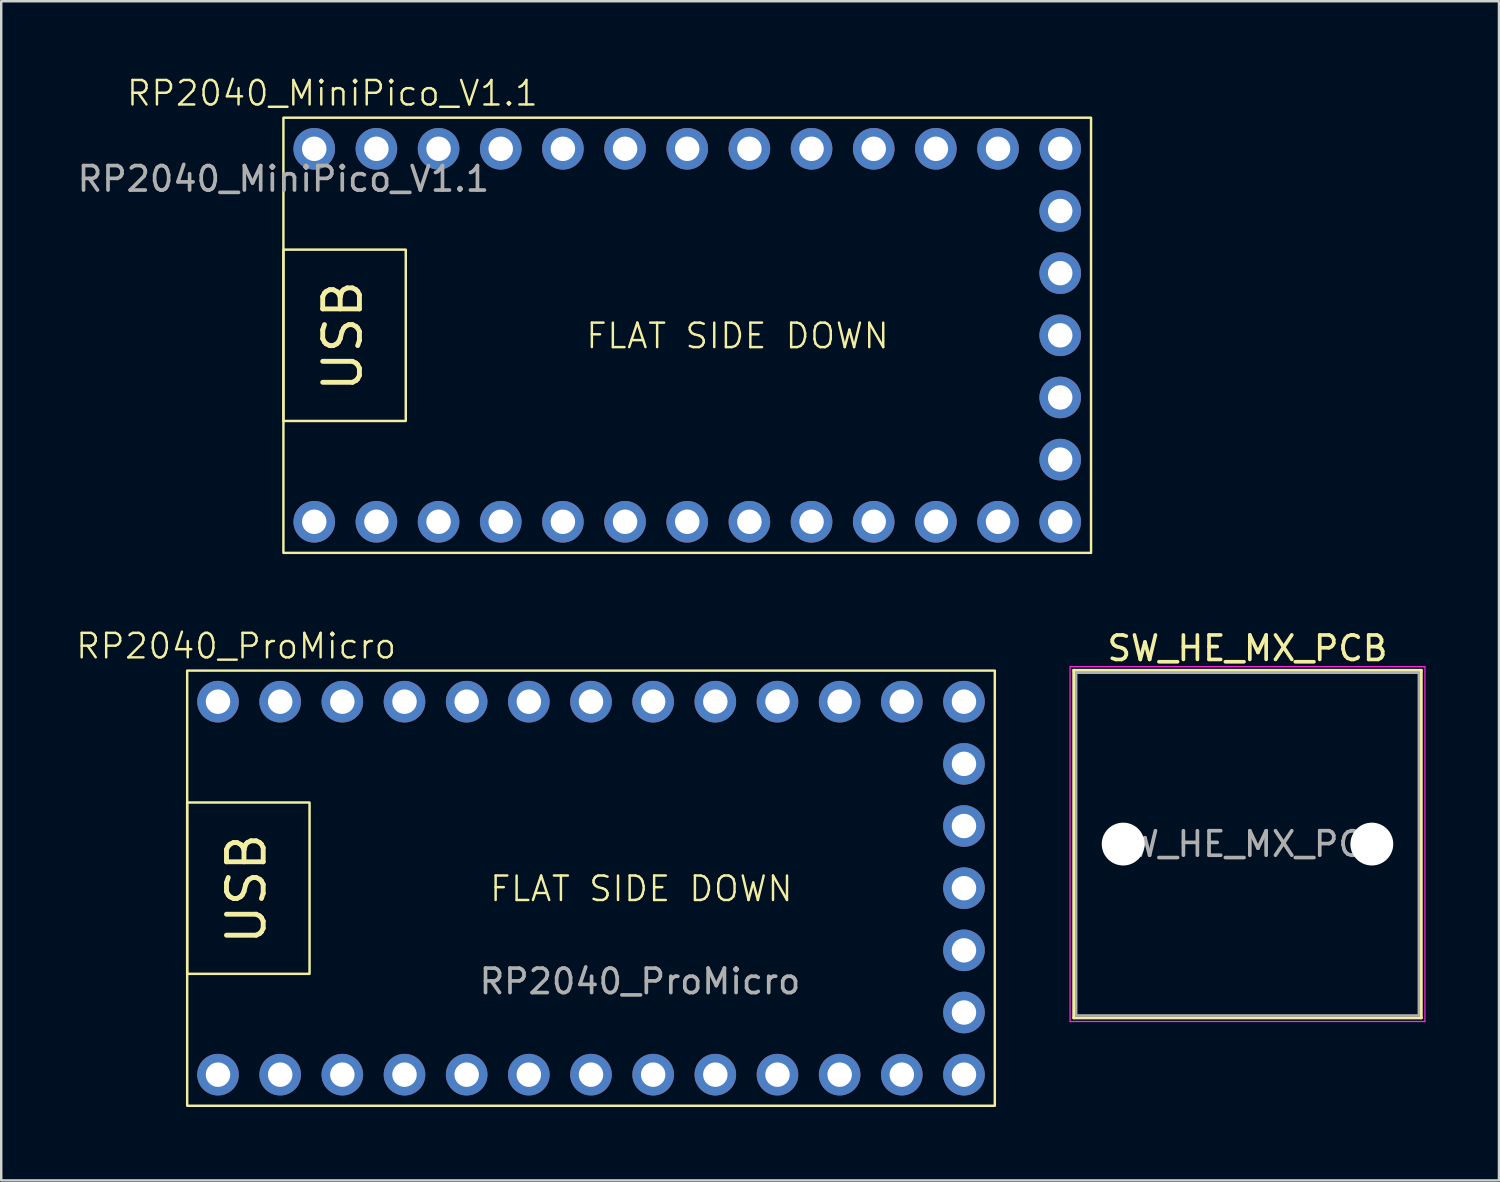
<source format=kicad_pcb>
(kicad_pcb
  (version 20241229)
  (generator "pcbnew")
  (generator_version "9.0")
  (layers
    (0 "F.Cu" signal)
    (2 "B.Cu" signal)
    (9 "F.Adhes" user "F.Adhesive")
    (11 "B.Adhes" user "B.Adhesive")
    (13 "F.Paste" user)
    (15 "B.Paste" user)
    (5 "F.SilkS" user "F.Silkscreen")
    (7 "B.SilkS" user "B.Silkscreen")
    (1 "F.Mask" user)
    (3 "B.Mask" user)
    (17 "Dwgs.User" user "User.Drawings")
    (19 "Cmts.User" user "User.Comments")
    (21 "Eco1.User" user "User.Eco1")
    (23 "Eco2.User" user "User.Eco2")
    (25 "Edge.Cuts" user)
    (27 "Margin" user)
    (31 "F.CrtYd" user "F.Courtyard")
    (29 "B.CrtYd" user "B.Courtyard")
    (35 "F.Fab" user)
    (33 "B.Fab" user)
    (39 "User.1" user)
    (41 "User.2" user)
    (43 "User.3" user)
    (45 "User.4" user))
  (footprint "SW_HE_MX_PCB"
    (layer "F.Cu")
    (at 47.923 31.439)
    (property "Reference" "SW_HE_MX_PCB" (at 0 -8 0) (layer "F.SilkS") (effects (font (size 1 1) (thickness 0.15))))
    (attr through_hole)
    (fp_line (start -7.1 -7.1) (end -7.1 7.1) (stroke (width 0.12) (type solid)) (layer "F.SilkS"))
    (fp_line (start -7.1 7.1) (end 7.1 7.1) (stroke (width 0.12) (type solid)) (layer "F.SilkS"))
    (fp_line (start 7.1 -7.1) (end -7.1 -7.1) (stroke (width 0.12) (type solid)) (layer "F.SilkS"))
    (fp_line (start 7.1 7.1) (end 7.1 -7.1) (stroke (width 0.12) (type solid)) (layer "F.SilkS"))
    (fp_line (start -7 -7) (end -7 7) (stroke (width 0.1) (type solid)) (layer "Eco1.User"))
    (fp_line (start -7 7) (end 7 7) (stroke (width 0.1) (type solid)) (layer "Eco1.User"))
    (fp_line (start 7 -7) (end -7 -7) (stroke (width 0.1) (type solid)) (layer "Eco1.User"))
    (fp_line (start 7 7) (end 7 -7) (stroke (width 0.1) (type solid)) (layer "Eco1.User"))
    (fp_line (start -7.25 -7.25) (end -7.25 7.25) (stroke (width 0.05) (type solid)) (layer "F.CrtYd"))
    (fp_line (start -7.25 7.25) (end 7.25 7.25) (stroke (width 0.05) (type solid)) (layer "F.CrtYd"))
    (fp_line (start 7.25 -7.25) (end -7.25 -7.25) (stroke (width 0.05) (type solid)) (layer "F.CrtYd"))
    (fp_line (start 7.25 7.25) (end 7.25 -7.25) (stroke (width 0.05) (type solid)) (layer "F.CrtYd"))
    (fp_line (start -7 -7) (end -7 7) (stroke (width 0.1) (type solid)) (layer "F.Fab"))
    (fp_line (start -7 7) (end 7 7) (stroke (width 0.1) (type solid)) (layer "F.Fab"))
    (fp_line (start 7 -7) (end -7 -7) (stroke (width 0.1) (type solid)) (layer "F.Fab"))
    (fp_line (start 7 7) (end 7 -7) (stroke (width 0.1) (type solid)) (layer "F.Fab"))
    (fp_text user "${REFERENCE}" (at 0 0 0) (layer "F.Fab") (effects (font (size 1 1) (thickness 0.15))))
    (pad "" np_thru_hole circle (at -5.08 0) (size 1.75 1.75) (drill 1.75) (layers "*.Cu" "*.Mask"))
    (pad "" np_thru_hole circle (at 5.08 0) (size 1.75 1.75) (drill 1.75) (layers "*.Cu" "*.Mask")))
  (footprint "RP2040_MiniPico_V1.1"
    (layer "F.Cu")
    (at 8.53 1.76)
    (property "Reference" "RP2040_MiniPico_V1.1" (at 2 -1 0) (unlocked yes) (layer "F.SilkS") (effects (font (size 1 1) (thickness 0.1))))
    (attr through_hole)
    (fp_rect (start 0 0) (end 33 17.78) (stroke (width 0.1) (type default)) (fill no) (layer "F.SilkS"))
    (fp_rect (start 0 5.39) (end 5 12.39) (stroke (width 0.1) (type default)) (fill no) (layer "F.SilkS"))
    (fp_text user "FLAT SIDE DOWN" (at 12.3 9.5 0) (unlocked yes) (layer "F.SilkS") (effects (font (size 1 1) (thickness 0.1)) (justify left bottom)))
    (fp_text user "USB" (at 3.3 11.3 90) (unlocked yes) (layer "F.SilkS") (effects (font (size 1.5 1.5) (thickness 0.2) (bold yes)) (justify left bottom)))
    (fp_text user "${REFERENCE}" (at 0 2.5 0) (unlocked yes) (layer "F.Fab") (effects (font (size 1 1) (thickness 0.15))))
    (pad "1" thru_hole oval (at 1.26 1.27) (size 1.7 1.7) (drill 1) (layers "*.Cu" "*.Mask"))
    (pad "2" thru_hole oval (at 3.8 1.27) (size 1.7 1.7) (drill 1) (layers "*.Cu" "*.Mask"))
    (pad "3" thru_hole oval (at 6.34 1.27) (size 1.7 1.7) (drill 1) (layers "*.Cu" "*.Mask"))
    (pad "4" thru_hole oval (at 8.88 1.27) (size 1.7 1.7) (drill 1) (layers "*.Cu" "*.Mask"))
    (pad "5" thru_hole oval (at 11.42 1.27 90) (size 1.7 1.7) (drill 1) (layers "*.Cu" "*.Mask"))
    (pad "6" thru_hole oval (at 13.96 1.27) (size 1.7 1.7) (drill 1) (layers "*.Cu" "*.Mask"))
    (pad "7" thru_hole oval (at 16.5 1.27) (size 1.7 1.7) (drill 1) (layers "*.Cu" "*.Mask"))
    (pad "8" thru_hole oval (at 19.04 1.27) (size 1.7 1.7) (drill 1) (layers "*.Cu" "*.Mask"))
    (pad "9" thru_hole oval (at 21.58 1.27) (size 1.7 1.7) (drill 1) (layers "*.Cu" "*.Mask"))
    (pad "10" thru_hole oval (at 24.12 1.27) (size 1.7 1.7) (drill 1) (layers "*.Cu" "*.Mask"))
    (pad "11" thru_hole oval (at 26.66 1.27) (size 1.7 1.7) (drill 1) (layers "*.Cu" "*.Mask"))
    (pad "12" thru_hole oval (at 29.2 1.27) (size 1.7 1.7) (drill 1) (layers "*.Cu" "*.Mask"))
    (pad "13" thru_hole oval (at 31.74 1.27) (size 1.7 1.7) (drill 1) (layers "*.Cu" "*.Mask"))
    (pad "14" thru_hole oval (at 31.74 3.81) (size 1.7 1.7) (drill 1) (layers "*.Cu" "*.Mask"))
    (pad "15" thru_hole oval (at 31.74 6.35) (size 1.7 1.7) (drill 1) (layers "*.Cu" "*.Mask"))
    (pad "16" thru_hole oval (at 31.74 8.89) (size 1.7 1.7) (drill 1) (layers "*.Cu" "*.Mask"))
    (pad "17" thru_hole oval (at 31.74 11.43) (size 1.7 1.7) (drill 1) (layers "*.Cu" "*.Mask"))
    (pad "18" thru_hole oval (at 31.74 13.97) (size 1.7 1.7) (drill 1) (layers "*.Cu" "*.Mask"))
    (pad "19" thru_hole oval (at 31.74 16.51) (size 1.7 1.7) (drill 1) (layers "*.Cu" "*.Mask"))
    (pad "20" thru_hole oval (at 29.2 16.51) (size 1.7 1.7) (drill 1) (layers "*.Cu" "*.Mask"))
    (pad "21" thru_hole oval (at 26.66 16.51) (size 1.7 1.7) (drill 1) (layers "*.Cu" "*.Mask"))
    (pad "22" thru_hole oval (at 24.12 16.51) (size 1.7 1.7) (drill 1) (layers "*.Cu" "*.Mask"))
    (pad "23" thru_hole oval (at 21.58 16.51) (size 1.7 1.7) (drill 1) (layers "*.Cu" "*.Mask"))
    (pad "24" thru_hole oval (at 19.04 16.51) (size 1.7 1.7) (drill 1) (layers "*.Cu" "*.Mask"))
    (pad "25" thru_hole oval (at 16.5 16.51) (size 1.7 1.7) (drill 1) (layers "*.Cu" "*.Mask"))
    (pad "26" thru_hole oval (at 13.96 16.51) (size 1.7 1.7) (drill 1) (layers "*.Cu" "*.Mask"))
    (pad "27" thru_hole oval (at 11.42 16.51) (size 1.7 1.7) (drill 1) (layers "*.Cu" "*.Mask"))
    (pad "28" thru_hole oval (at 8.88 16.51) (size 1.7 1.7) (drill 1) (layers "*.Cu" "*.Mask"))
    (pad "29" thru_hole oval (at 6.34 16.51) (size 1.7 1.7) (drill 1) (layers "*.Cu" "*.Mask"))
    (pad "30" thru_hole oval (at 3.8 16.51) (size 1.7 1.7) (drill 1) (layers "*.Cu" "*.Mask"))
    (pad "31" thru_hole oval (at 1.26 16.51) (size 1.7 1.7) (drill 1) (layers "*.Cu" "*.Mask")))
  (footprint "RP2040_ProMicro"
    (layer "F.Cu")
    (at 4.598 24.351)
    (property "Reference" "RP2040_ProMicro" (at 2 -1 0) (unlocked yes) (layer "F.SilkS") (effects (font (size 1 1) (thickness 0.1))))
    (attr through_hole)
    (fp_rect (start 0 0) (end 33 17.78) (stroke (width 0.1) (type default)) (fill no) (layer "F.SilkS"))
    (fp_rect (start 0 5.39) (end 5 12.39) (stroke (width 0.1) (type default)) (fill no) (layer "F.SilkS"))
    (fp_text user "FLAT SIDE DOWN" (at 12.3 9.5 0) (unlocked yes) (layer "F.SilkS") (effects (font (size 1 1) (thickness 0.1)) (justify left bottom)))
    (fp_text user "USB" (at 3.3 11.3 90) (unlocked yes) (layer "F.SilkS") (effects (font (size 1.5 1.5) (thickness 0.2) (bold yes)) (justify left bottom)))
    (fp_text user "${REFERENCE}" (at 18.5 12.7 0) (unlocked yes) (layer "F.Fab") (effects (font (size 1 1) (thickness 0.15))))
    (pad "1" thru_hole oval (at 1.26 1.27) (size 1.7 1.7) (drill 1) (layers "*.Cu" "*.Mask"))
    (pad "2" thru_hole oval (at 3.8 1.27) (size 1.7 1.7) (drill 1) (layers "*.Cu" "*.Mask"))
    (pad "3" thru_hole oval (at 6.34 1.27) (size 1.7 1.7) (drill 1) (layers "*.Cu" "*.Mask"))
    (pad "4" thru_hole oval (at 8.88 1.27) (size 1.7 1.7) (drill 1) (layers "*.Cu" "*.Mask"))
    (pad "5" thru_hole oval (at 11.42 1.27 90) (size 1.7 1.7) (drill 1) (layers "*.Cu" "*.Mask"))
    (pad "6" thru_hole oval (at 13.96 1.27) (size 1.7 1.7) (drill 1) (layers "*.Cu" "*.Mask"))
    (pad "7" thru_hole oval (at 16.5 1.27) (size 1.7 1.7) (drill 1) (layers "*.Cu" "*.Mask"))
    (pad "8" thru_hole oval (at 19.04 1.27) (size 1.7 1.7) (drill 1) (layers "*.Cu" "*.Mask"))
    (pad "9" thru_hole oval (at 21.58 1.27) (size 1.7 1.7) (drill 1) (layers "*.Cu" "*.Mask"))
    (pad "10" thru_hole oval (at 24.12 1.27) (size 1.7 1.7) (drill 1) (layers "*.Cu" "*.Mask"))
    (pad "11" thru_hole oval (at 26.66 1.27) (size 1.7 1.7) (drill 1) (layers "*.Cu" "*.Mask"))
    (pad "12" thru_hole oval (at 29.2 1.27) (size 1.7 1.7) (drill 1) (layers "*.Cu" "*.Mask"))
    (pad "13" thru_hole oval (at 31.74 1.27) (size 1.7 1.7) (drill 1) (layers "*.Cu" "*.Mask"))
    (pad "14" thru_hole oval (at 31.74 3.81) (size 1.7 1.7) (drill 1) (layers "*.Cu" "*.Mask"))
    (pad "15" thru_hole oval (at 31.74 6.35) (size 1.7 1.7) (drill 1) (layers "*.Cu" "*.Mask"))
    (pad "16" thru_hole oval (at 31.74 8.89) (size 1.7 1.7) (drill 1) (layers "*.Cu" "*.Mask"))
    (pad "17" thru_hole oval (at 31.74 11.43) (size 1.7 1.7) (drill 1) (layers "*.Cu" "*.Mask"))
    (pad "18" thru_hole oval (at 31.74 13.97) (size 1.7 1.7) (drill 1) (layers "*.Cu" "*.Mask"))
    (pad "19" thru_hole oval (at 31.74 16.51) (size 1.7 1.7) (drill 1) (layers "*.Cu" "*.Mask"))
    (pad "20" thru_hole oval (at 29.2 16.51) (size 1.7 1.7) (drill 1) (layers "*.Cu" "*.Mask"))
    (pad "21" thru_hole oval (at 26.66 16.51) (size 1.7 1.7) (drill 1) (layers "*.Cu" "*.Mask"))
    (pad "22" thru_hole oval (at 24.12 16.51) (size 1.7 1.7) (drill 1) (layers "*.Cu" "*.Mask"))
    (pad "23" thru_hole oval (at 21.58 16.51) (size 1.7 1.7) (drill 1) (layers "*.Cu" "*.Mask"))
    (pad "24" thru_hole oval (at 19.04 16.51) (size 1.7 1.7) (drill 1) (layers "*.Cu" "*.Mask"))
    (pad "25" thru_hole oval (at 16.5 16.51) (size 1.7 1.7) (drill 1) (layers "*.Cu" "*.Mask"))
    (pad "26" thru_hole oval (at 13.96 16.51) (size 1.7 1.7) (drill 1) (layers "*.Cu" "*.Mask"))
    (pad "27" thru_hole oval (at 11.42 16.51) (size 1.7 1.7) (drill 1) (layers "*.Cu" "*.Mask"))
    (pad "28" thru_hole oval (at 8.88 16.51) (size 1.7 1.7) (drill 1) (layers "*.Cu" "*.Mask"))
    (pad "29" thru_hole oval (at 6.34 16.51) (size 1.7 1.7) (drill 1) (layers "*.Cu" "*.Mask"))
    (pad "30" thru_hole oval (at 3.8 16.51) (size 1.7 1.7) (drill 1) (layers "*.Cu" "*.Mask"))
    (pad "31" thru_hole oval (at 1.26 16.51) (size 1.7 1.7) (drill 1) (layers "*.Cu" "*.Mask")))
  (gr_rect
    (start -3 -3)
    (end 58.198 45.181)
    (stroke (width 0.1) (type default))
    (fill no)
    (layer "Edge.Cuts")))
</source>
